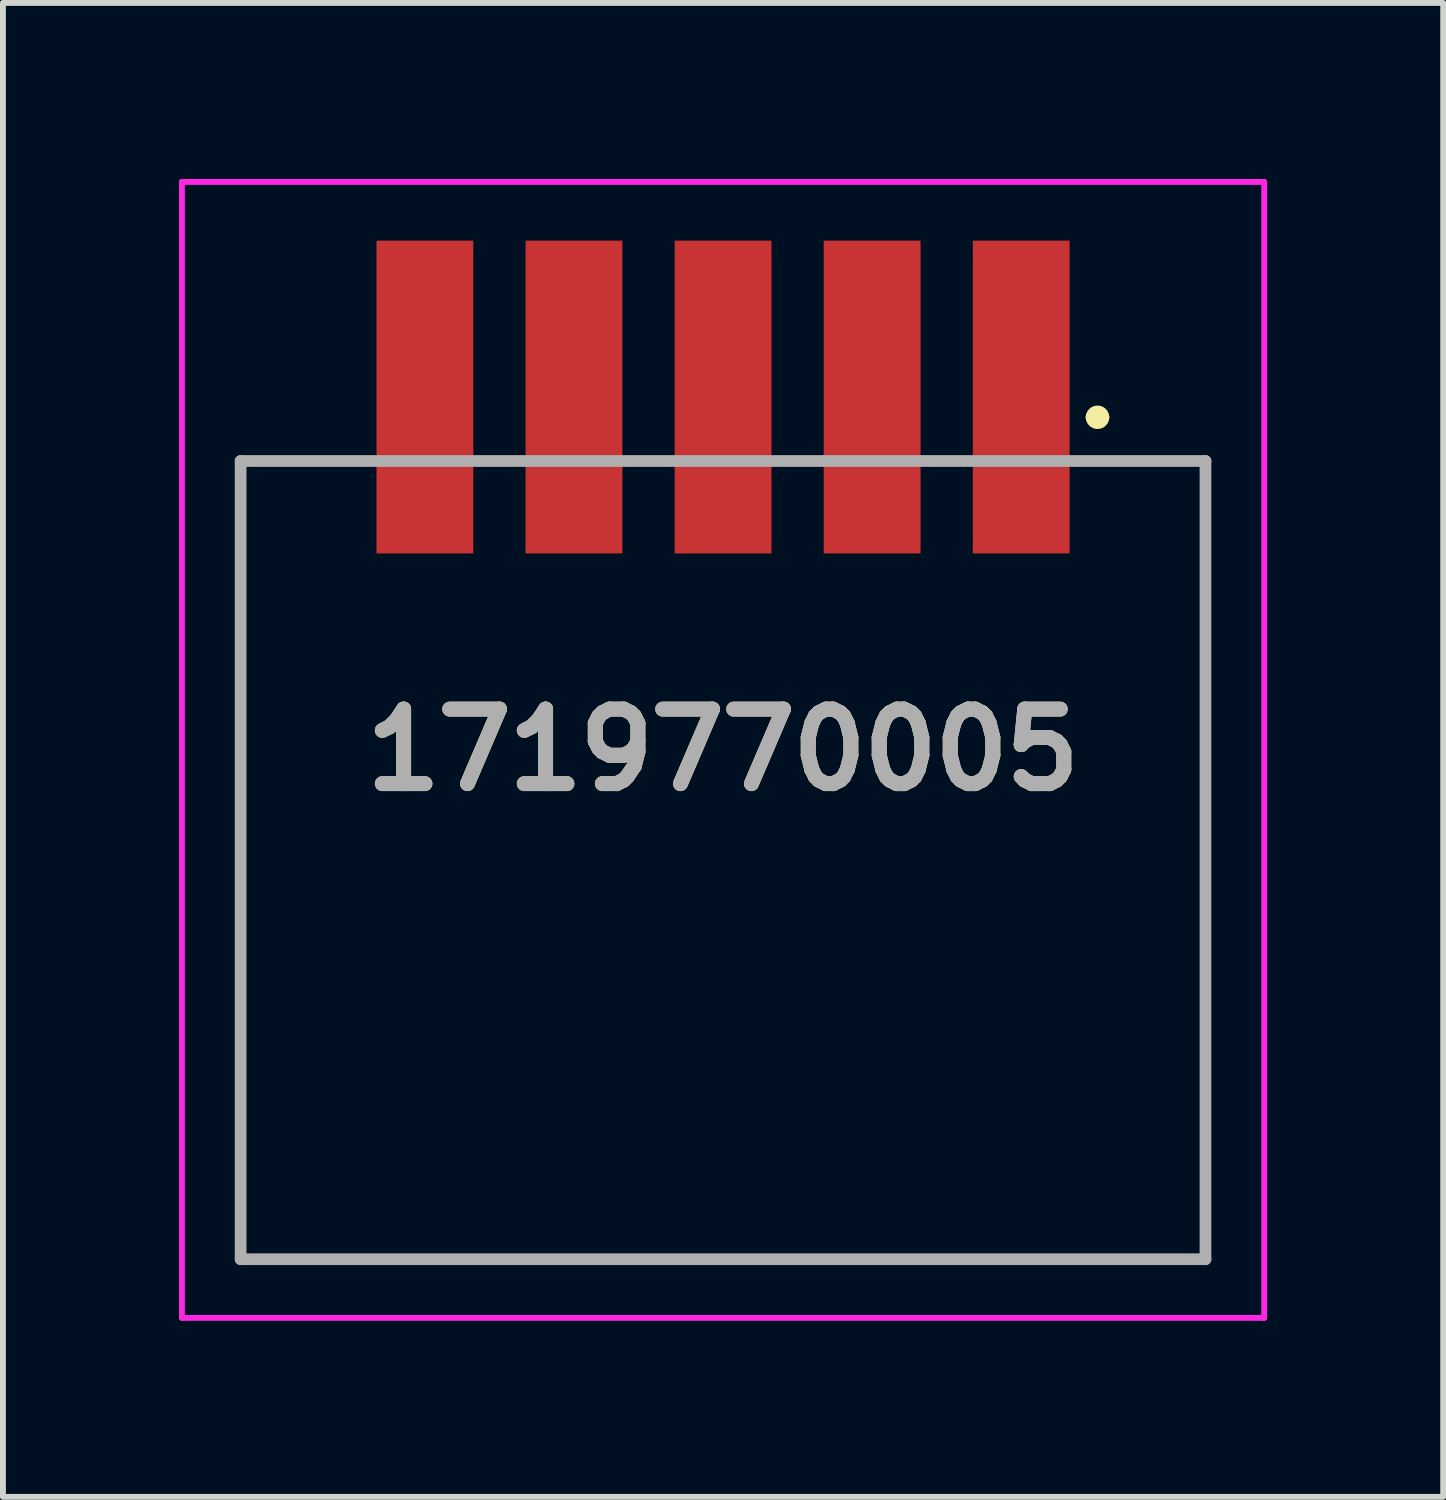
<source format=kicad_pcb>
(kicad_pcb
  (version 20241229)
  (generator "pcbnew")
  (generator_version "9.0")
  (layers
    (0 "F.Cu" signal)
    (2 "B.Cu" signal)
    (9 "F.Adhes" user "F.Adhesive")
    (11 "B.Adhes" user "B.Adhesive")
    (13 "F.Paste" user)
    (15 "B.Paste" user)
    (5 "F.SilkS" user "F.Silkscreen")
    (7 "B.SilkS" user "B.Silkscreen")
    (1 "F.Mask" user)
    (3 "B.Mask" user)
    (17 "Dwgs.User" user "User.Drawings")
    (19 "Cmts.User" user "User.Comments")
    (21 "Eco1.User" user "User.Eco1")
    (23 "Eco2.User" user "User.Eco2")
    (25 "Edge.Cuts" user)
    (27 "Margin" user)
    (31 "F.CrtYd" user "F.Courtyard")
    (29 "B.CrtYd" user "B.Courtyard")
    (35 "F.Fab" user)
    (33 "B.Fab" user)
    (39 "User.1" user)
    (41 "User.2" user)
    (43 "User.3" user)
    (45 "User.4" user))
  (footprint "1719770005"
    (layer "F.Cu")
    (at 9.27 11.06)
    (property "Reference" "1719770005" (at 0 -1.332 0) (layer "F.SilkS") (effects (font (size 1.27 1.27) (thickness 0.254))))
    (attr through_hole)
    (fp_line (start -8.22 -6.255) (end -8.22 1.845) (stroke (width 0.1) (type solid)) (layer "F.SilkS"))
    (fp_line (start -6.48 -6.255) (end -8.22 -6.255) (stroke (width 0.1) (type solid)) (layer "F.SilkS"))
    (fp_line (start 6.28 -7) (end 6.28 -7) (stroke (width 0.2) (type solid)) (layer "F.SilkS"))
    (fp_line (start 6.48 -7) (end 6.48 -7) (stroke (width 0.2) (type solid)) (layer "F.SilkS"))
    (fp_line (start 6.52 -6.255) (end 8.22 -6.255) (stroke (width 0.1) (type solid)) (layer "F.SilkS"))
    (fp_line (start 8.22 -6.255) (end 8.22 1.345) (stroke (width 0.1) (type solid)) (layer "F.SilkS"))
    (fp_arc (start 6.28 -7) (mid 6.38 -7.1) (end 6.48 -7) (stroke (width 0.2) (type solid)) (layer "F.SilkS"))
    (fp_arc (start 6.48 -7) (mid 6.38 -6.9) (end 6.28 -7) (stroke (width 0.2) (type solid)) (layer "F.SilkS"))
    (fp_line (start -9.22 -11.01) (end 9.22 -11.01) (stroke (width 0.1) (type solid)) (layer "F.CrtYd"))
    (fp_line (start -9.22 8.345) (end -9.22 -11.01) (stroke (width 0.1) (type solid)) (layer "F.CrtYd"))
    (fp_line (start 9.22 -11.01) (end 9.22 8.345) (stroke (width 0.1) (type solid)) (layer "F.CrtYd"))
    (fp_line (start 9.22 8.345) (end -9.22 8.345) (stroke (width 0.1) (type solid)) (layer "F.CrtYd"))
    (fp_line (start -8.22 -6.255) (end 8.22 -6.255) (stroke (width 0.2) (type solid)) (layer "F.Fab"))
    (fp_line (start -8.22 7.345) (end -8.22 -6.255) (stroke (width 0.2) (type solid)) (layer "F.Fab"))
    (fp_line (start 8.22 -6.255) (end 8.22 7.345) (stroke (width 0.2) (type solid)) (layer "F.Fab"))
    (fp_line (start 8.22 7.345) (end -8.22 7.345) (stroke (width 0.2) (type solid)) (layer "F.Fab"))
    (fp_text user "${REFERENCE}" (at 0 -1.332 0) (layer "F.Fab") (effects (font (size 1.27 1.27) (thickness 0.254))))
    (pad "" np_thru_hole circle (at -6.48 3.345) (size 0.001 0.001) (drill 3.45) (layers "*.Cu" "*.Mask"))
    (pad "" np_thru_hole circle (at 6.48 3.345) (size 0.001 0.001) (drill 3.45) (layers "*.Cu" "*.Mask"))
    (pad "1" smd rect (at 5.08 -7.345) (size 1.65 5.33) (layers "F.Cu" "F.Mask" "F.Paste"))
    (pad "2" smd rect (at 2.54 -7.345) (size 1.65 5.33) (layers "F.Cu" "F.Mask" "F.Paste"))
    (pad "3" smd rect (at 0 -7.345) (size 1.65 5.33) (layers "F.Cu" "F.Mask" "F.Paste"))
    (pad "4" smd rect (at -2.54 -7.345) (size 1.65 5.33) (layers "F.Cu" "F.Mask" "F.Paste"))
    (pad "5" smd rect (at -5.08 -7.345) (size 1.65 5.33) (layers "F.Cu" "F.Mask" "F.Paste")))
  (gr_rect
    (start -3 -3)
    (end 21.54 22.455)
    (stroke (width 0.1) (type default))
    (fill no)
    (layer "Edge.Cuts")))
</source>
